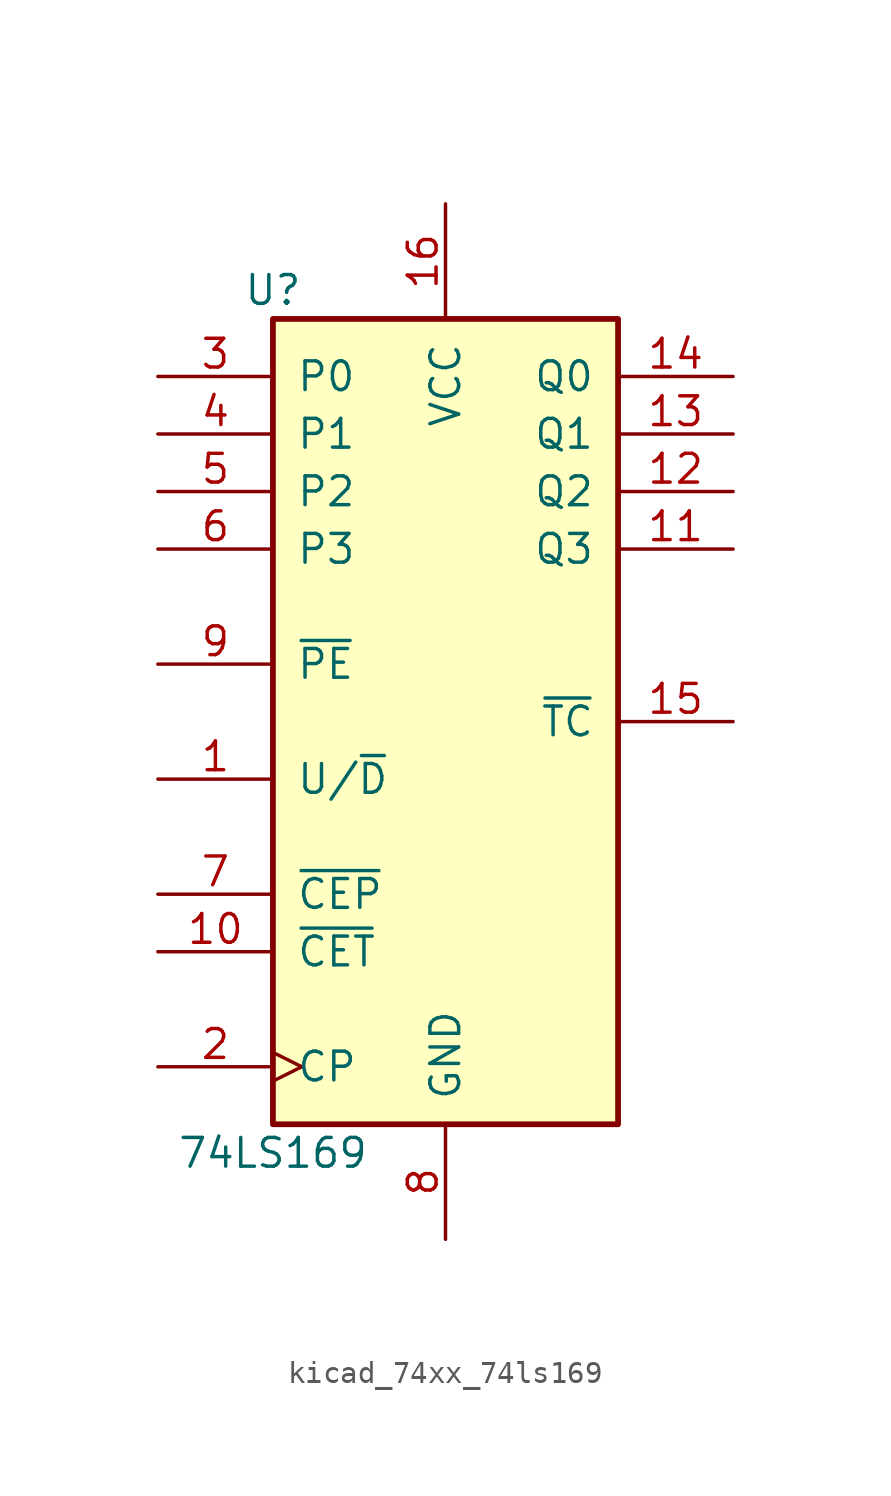
<source format=kicad_sym>
(kicad_symbol_lib
  (version 20220914)
  (generator kicad_symbol_editor)
  (symbol "kicad_74xx_74ls169"
    (pin_names
      (offset 1.016))
    (property "Reference" "U"
      (at -7.62 19.05 0)
      (effects (font (size 1.27 1.27))))
    (property "Value" "74LS169"
      (at -7.62 -19.05 0)
      (effects (font (size 1.27 1.27))))
    (property "ki_locked" ""
      (at 0 0 0)
      (effects (font (size 1.27 1.27))))
    (symbol "kicad_74xx_74ls169_1_0"
      (pin input line (at -12.7 -2.54 0) (length 5.08) (name "U/~{D}" (effects (font (size 1.27 1.27)))) (number "1" (effects (font (size 1.27 1.27)))))
      (pin input line (at -12.7 -10.16 0) (length 5.08) (name "~{CET}" (effects (font (size 1.27 1.27)))) (number "10" (effects (font (size 1.27 1.27)))))
      (pin output line (at 12.7 7.62 180) (length 5.08) (name "Q3" (effects (font (size 1.27 1.27)))) (number "11" (effects (font (size 1.27 1.27)))))
      (pin output line (at 12.7 10.16 180) (length 5.08) (name "Q2" (effects (font (size 1.27 1.27)))) (number "12" (effects (font (size 1.27 1.27)))))
      (pin output line (at 12.7 12.7 180) (length 5.08) (name "Q1" (effects (font (size 1.27 1.27)))) (number "13" (effects (font (size 1.27 1.27)))))
      (pin output line (at 12.7 15.24 180) (length 5.08) (name "Q0" (effects (font (size 1.27 1.27)))) (number "14" (effects (font (size 1.27 1.27)))))
      (pin output line (at 12.7 0 180) (length 5.08) (name "~{TC}" (effects (font (size 1.27 1.27)))) (number "15" (effects (font (size 1.27 1.27)))))
      (pin power_in line (at 0 22.86 270) (length 5.08) (name "VCC" (effects (font (size 1.27 1.27)))) (number "16" (effects (font (size 1.27 1.27)))))
      (pin input clock (at -12.7 -15.24 0) (length 5.08) (name "CP" (effects (font (size 1.27 1.27)))) (number "2" (effects (font (size 1.27 1.27)))))
      (pin input line (at -12.7 15.24 0) (length 5.08) (name "P0" (effects (font (size 1.27 1.27)))) (number "3" (effects (font (size 1.27 1.27)))))
      (pin input line (at -12.7 12.7 0) (length 5.08) (name "P1" (effects (font (size 1.27 1.27)))) (number "4" (effects (font (size 1.27 1.27)))))
      (pin input line (at -12.7 10.16 0) (length 5.08) (name "P2" (effects (font (size 1.27 1.27)))) (number "5" (effects (font (size 1.27 1.27)))))
      (pin input line (at -12.7 7.62 0) (length 5.08) (name "P3" (effects (font (size 1.27 1.27)))) (number "6" (effects (font (size 1.27 1.27)))))
      (pin input line (at -12.7 -7.62 0) (length 5.08) (name "~{CEP}" (effects (font (size 1.27 1.27)))) (number "7" (effects (font (size 1.27 1.27)))))
      (pin power_in line (at 0 -22.86 90) (length 5.08) (name "GND" (effects (font (size 1.27 1.27)))) (number "8" (effects (font (size 1.27 1.27)))))
      (pin input line (at -12.7 2.54 0) (length 5.08) (name "~{PE}" (effects (font (size 1.27 1.27)))) (number "9" (effects (font (size 1.27 1.27))))))
    (symbol "kicad_74xx_74ls169_1_1"
      (rectangle (start -7.62 17.78) (end 7.62 -17.78) (stroke (width 0.254) (type default)) (fill (type background))))))
</source>
